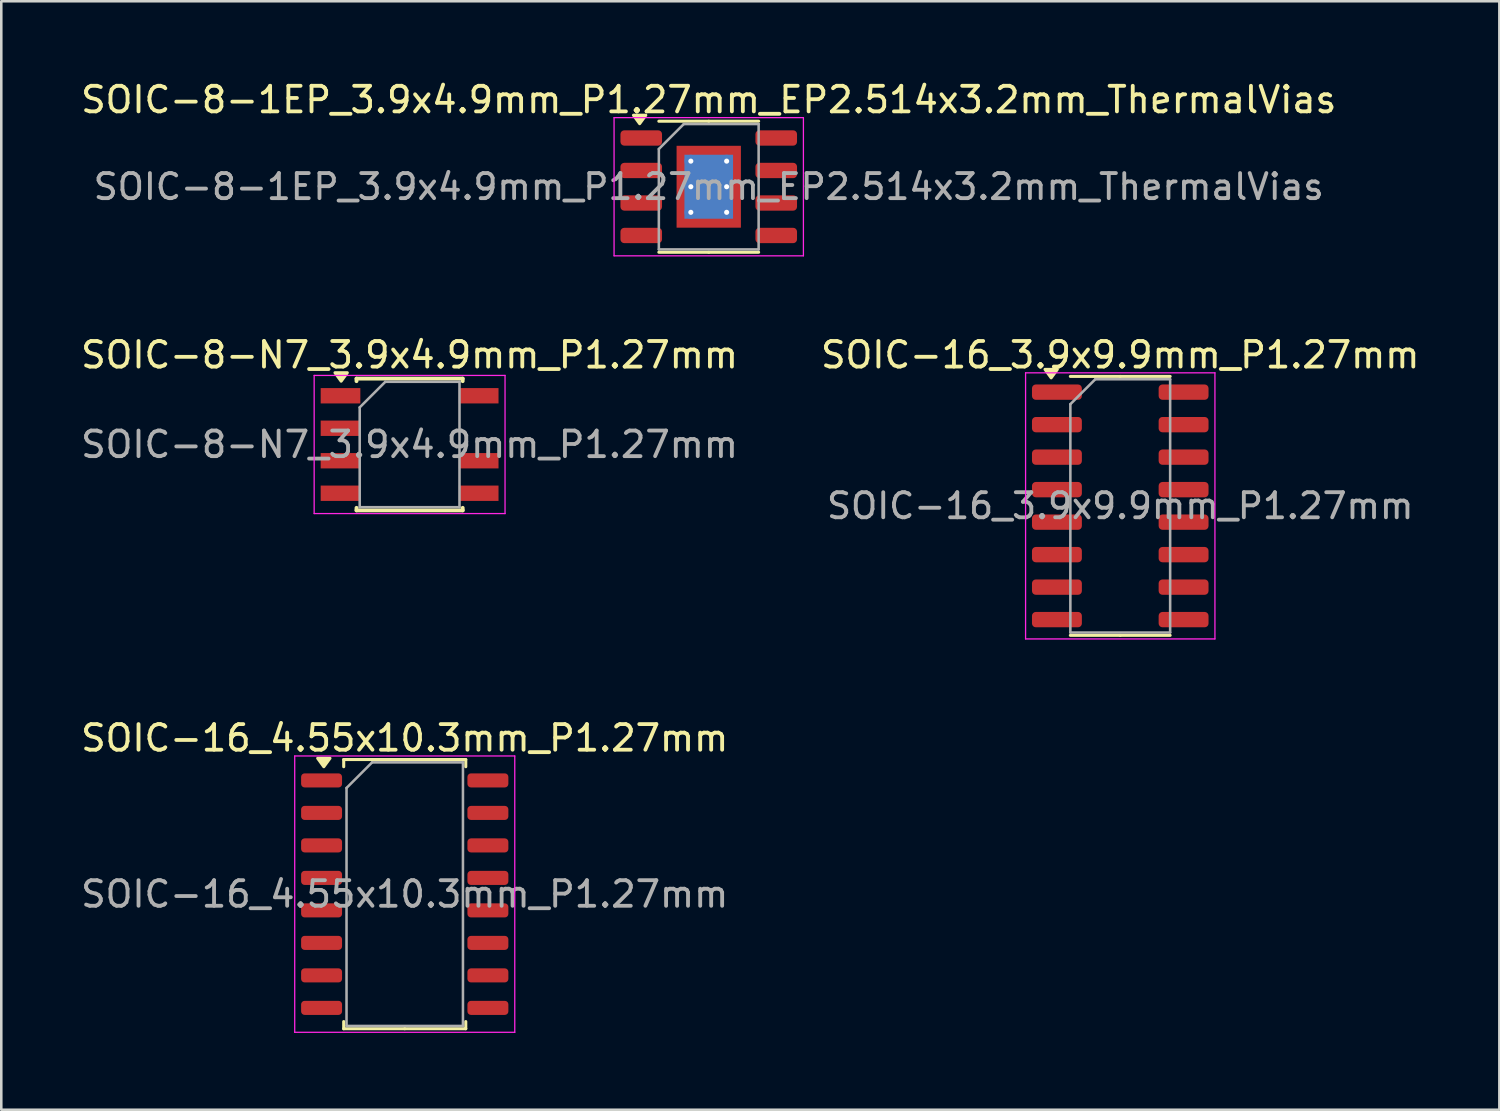
<source format=kicad_pcb>
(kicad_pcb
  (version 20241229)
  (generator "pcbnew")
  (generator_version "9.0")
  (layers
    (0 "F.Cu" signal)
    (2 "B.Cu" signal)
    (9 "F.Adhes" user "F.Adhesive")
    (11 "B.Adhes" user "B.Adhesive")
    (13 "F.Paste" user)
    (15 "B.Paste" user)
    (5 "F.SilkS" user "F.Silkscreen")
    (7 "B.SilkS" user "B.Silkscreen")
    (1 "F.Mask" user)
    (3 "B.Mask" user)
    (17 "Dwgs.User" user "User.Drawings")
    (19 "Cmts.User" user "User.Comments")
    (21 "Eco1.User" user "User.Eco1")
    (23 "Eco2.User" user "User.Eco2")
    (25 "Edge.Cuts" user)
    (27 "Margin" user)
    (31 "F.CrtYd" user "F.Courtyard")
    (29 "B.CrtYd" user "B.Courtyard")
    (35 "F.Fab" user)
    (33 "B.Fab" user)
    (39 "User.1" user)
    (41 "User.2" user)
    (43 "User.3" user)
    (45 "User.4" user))
  (footprint "SOIC-8-1EP_3.9x4.9mm_P1.27mm_EP2.514x3.2mm_ThermalVias"
    (layer "F.Cu")
    (at 24.649 4.248)
    (property "Reference" "SOIC-8-1EP_3.9x4.9mm_P1.27mm_EP2.514x3.2mm_ThermalVias" (at 0 -3.4 0) (layer "F.SilkS") (effects (font (size 1 1) (thickness 0.15))))
    (attr smd)
    (fp_line (start 0 -2.56) (end -1.95 -2.56) (stroke (width 0.12) (type solid)) (layer "F.SilkS"))
    (fp_line (start 0 -2.56) (end 1.95 -2.56) (stroke (width 0.12) (type solid)) (layer "F.SilkS"))
    (fp_line (start 0 2.56) (end -1.95 2.56) (stroke (width 0.12) (type solid)) (layer "F.SilkS"))
    (fp_line (start 0 2.56) (end 1.95 2.56) (stroke (width 0.12) (type solid)) (layer "F.SilkS"))
    (fp_poly (pts (xy -2.7 -2.465) (xy -2.94 -2.795) (xy -2.46 -2.795) (xy -2.7 -2.465)) (stroke (width 0.12) (type solid)) (fill yes) (layer "F.SilkS"))
    (fp_line (start -3.7 -2.7) (end -3.7 2.7) (stroke (width 0.05) (type solid)) (layer "F.CrtYd"))
    (fp_line (start -3.7 2.7) (end 3.7 2.7) (stroke (width 0.05) (type solid)) (layer "F.CrtYd"))
    (fp_line (start 3.7 -2.7) (end -3.7 -2.7) (stroke (width 0.05) (type solid)) (layer "F.CrtYd"))
    (fp_line (start 3.7 2.7) (end 3.7 -2.7) (stroke (width 0.05) (type solid)) (layer "F.CrtYd"))
    (fp_line (start -1.95 -1.475) (end -0.975 -2.45) (stroke (width 0.1) (type solid)) (layer "F.Fab"))
    (fp_line (start -1.95 2.45) (end -1.95 -1.475) (stroke (width 0.1) (type solid)) (layer "F.Fab"))
    (fp_line (start -0.975 -2.45) (end 1.95 -2.45) (stroke (width 0.1) (type solid)) (layer "F.Fab"))
    (fp_line (start 1.95 -2.45) (end 1.95 2.45) (stroke (width 0.1) (type solid)) (layer "F.Fab"))
    (fp_line (start 1.95 2.45) (end -1.95 2.45) (stroke (width 0.1) (type solid)) (layer "F.Fab"))
    (fp_text user "${REFERENCE}" (at 0 0 0) (layer "F.Fab") (effects (font (size 0.98 0.98) (thickness 0.15))))
    (pad "" smd roundrect (at -0.63 -0.8) (size 1.05 1.34) (layers "F.Paste") (roundrect_rratio 0.238))
    (pad "" smd roundrect (at -0.63 0.8) (size 1.05 1.34) (layers "F.Paste") (roundrect_rratio 0.238))
    (pad "" smd roundrect (at 0.63 -0.8) (size 1.05 1.34) (layers "F.Paste") (roundrect_rratio 0.238))
    (pad "" smd roundrect (at 0.63 0.8) (size 1.05 1.34) (layers "F.Paste") (roundrect_rratio 0.238))
    (pad "1" smd roundrect (at -2.638 -1.905) (size 1.625 0.6) (layers "F.Cu" "F.Mask" "F.Paste") (roundrect_rratio 0.25))
    (pad "2" smd roundrect (at -2.638 -0.635) (size 1.625 0.6) (layers "F.Cu" "F.Mask" "F.Paste") (roundrect_rratio 0.25))
    (pad "3" smd roundrect (at -2.638 0.635) (size 1.625 0.6) (layers "F.Cu" "F.Mask" "F.Paste") (roundrect_rratio 0.25))
    (pad "4" smd roundrect (at -2.638 1.905) (size 1.625 0.6) (layers "F.Cu" "F.Mask" "F.Paste") (roundrect_rratio 0.25))
    (pad "5" smd roundrect (at 2.638 1.905) (size 1.625 0.6) (layers "F.Cu" "F.Mask" "F.Paste") (roundrect_rratio 0.25))
    (pad "6" smd roundrect (at 2.638 0.635) (size 1.625 0.6) (layers "F.Cu" "F.Mask" "F.Paste") (roundrect_rratio 0.25))
    (pad "7" smd roundrect (at 2.638 -0.635) (size 1.625 0.6) (layers "F.Cu" "F.Mask" "F.Paste") (roundrect_rratio 0.25))
    (pad "8" smd roundrect (at 2.638 -1.905) (size 1.625 0.6) (layers "F.Cu" "F.Mask" "F.Paste") (roundrect_rratio 0.25))
    (pad "9" thru_hole circle (at -0.7 -1) (size 0.5 0.5) (drill 0.2) (property pad_prop_heatsink) (layers "*.Cu"))
    (pad "9" thru_hole circle (at -0.7 0) (size 0.5 0.5) (drill 0.2) (property pad_prop_heatsink) (layers "*.Cu"))
    (pad "9" thru_hole circle (at -0.7 1) (size 0.5 0.5) (drill 0.2) (property pad_prop_heatsink) (layers "*.Cu"))
    (pad "9" smd rect (at 0 0) (size 1.9 2.5) (property pad_prop_heatsink) (layers "B.Cu"))
    (pad "9" smd rect (at 0 0) (size 2.514 3.2) (property pad_prop_heatsink) (layers "F.Cu" "F.Mask"))
    (pad "9" thru_hole circle (at 0.7 -1) (size 0.5 0.5) (drill 0.2) (property pad_prop_heatsink) (layers "*.Cu"))
    (pad "9" thru_hole circle (at 0.7 0) (size 0.5 0.5) (drill 0.2) (property pad_prop_heatsink) (layers "*.Cu"))
    (pad "9" thru_hole circle (at 0.7 1) (size 0.5 0.5) (drill 0.2) (property pad_prop_heatsink) (layers "*.Cu")))
  (footprint "SOIC-8-N7_3.9x4.9mm_P1.27mm"
    (layer "F.Cu")
    (at 12.958 14.322)
    (property "Reference" "SOIC-8-N7_3.9x4.9mm_P1.27mm" (at 0 -3.5 0) (layer "F.SilkS") (effects (font (size 1 1) (thickness 0.15))))
    (attr smd)
    (fp_line (start -2.075 -2.575) (end -2.075 -2.475) (stroke (width 0.15) (type solid)) (layer "F.SilkS"))
    (fp_line (start -2.075 -2.575) (end 2.075 -2.575) (stroke (width 0.15) (type solid)) (layer "F.SilkS"))
    (fp_line (start -2.075 2.475) (end -2.075 2.575) (stroke (width 0.15) (type solid)) (layer "F.SilkS"))
    (fp_line (start -2.075 2.575) (end 2.075 2.575) (stroke (width 0.15) (type solid)) (layer "F.SilkS"))
    (fp_line (start 2.075 -2.575) (end 2.075 -2.475) (stroke (width 0.15) (type solid)) (layer "F.SilkS"))
    (fp_line (start 2.075 2.575) (end 2.075 2.475) (stroke (width 0.15) (type solid)) (layer "F.SilkS"))
    (fp_poly (pts (xy -2.675 -2.475) (xy -2.915 -2.805) (xy -2.435 -2.805) (xy -2.675 -2.475)) (stroke (width 0.12) (type solid)) (fill yes) (layer "F.SilkS"))
    (fp_line (start -3.73 -2.7) (end -3.73 2.7) (stroke (width 0.05) (type solid)) (layer "F.CrtYd"))
    (fp_line (start -3.73 -2.7) (end 3.73 -2.7) (stroke (width 0.05) (type solid)) (layer "F.CrtYd"))
    (fp_line (start -3.73 2.7) (end 3.73 2.7) (stroke (width 0.05) (type solid)) (layer "F.CrtYd"))
    (fp_line (start 3.73 -2.7) (end 3.73 2.7) (stroke (width 0.05) (type solid)) (layer "F.CrtYd"))
    (fp_line (start -1.95 -1.45) (end -0.95 -2.45) (stroke (width 0.1) (type solid)) (layer "F.Fab"))
    (fp_line (start -1.95 2.45) (end -1.95 -1.45) (stroke (width 0.1) (type solid)) (layer "F.Fab"))
    (fp_line (start -0.95 -2.45) (end 1.95 -2.45) (stroke (width 0.1) (type solid)) (layer "F.Fab"))
    (fp_line (start 1.95 -2.45) (end 1.95 2.45) (stroke (width 0.1) (type solid)) (layer "F.Fab"))
    (fp_line (start 1.95 2.45) (end -1.95 2.45) (stroke (width 0.1) (type solid)) (layer "F.Fab"))
    (fp_text user "${REFERENCE}" (at 0 0 0) (layer "F.Fab") (effects (font (size 1 1) (thickness 0.15))))
    (pad "1" smd rect (at -2.7 -1.905) (size 1.55 0.6) (layers "F.Cu" "F.Mask" "F.Paste"))
    (pad "2" smd rect (at -2.7 -0.635) (size 1.55 0.6) (layers "F.Cu" "F.Mask" "F.Paste"))
    (pad "3" smd rect (at -2.7 0.635) (size 1.55 0.6) (layers "F.Cu" "F.Mask" "F.Paste"))
    (pad "4" smd rect (at -2.7 1.905) (size 1.55 0.6) (layers "F.Cu" "F.Mask" "F.Paste"))
    (pad "5" smd rect (at 2.7 1.905) (size 1.55 0.6) (layers "F.Cu" "F.Mask" "F.Paste"))
    (pad "6" smd rect (at 2.7 0.635) (size 1.55 0.6) (layers "F.Cu" "F.Mask" "F.Paste"))
    (pad "8" smd rect (at 2.7 -1.905) (size 1.55 0.6) (layers "F.Cu" "F.Mask" "F.Paste")))
  (footprint "SOIC-16_3.9x9.9mm_P1.27mm"
    (layer "F.Cu")
    (at 40.732 16.721)
    (property "Reference" "SOIC-16_3.9x9.9mm_P1.27mm" (at 0 -5.9 0) (layer "F.SilkS") (effects (font (size 1 1) (thickness 0.15))))
    (attr smd)
    (fp_line (start 0 -5.06) (end -1.95 -5.06) (stroke (width 0.12) (type solid)) (layer "F.SilkS"))
    (fp_line (start 0 -5.06) (end 1.95 -5.06) (stroke (width 0.12) (type solid)) (layer "F.SilkS"))
    (fp_line (start 0 5.06) (end -1.95 5.06) (stroke (width 0.12) (type solid)) (layer "F.SilkS"))
    (fp_line (start 0 5.06) (end 1.95 5.06) (stroke (width 0.12) (type solid)) (layer "F.SilkS"))
    (fp_poly (pts (xy -2.7 -5.005) (xy -2.94 -5.335) (xy -2.46 -5.335) (xy -2.7 -5.005)) (stroke (width 0.12) (type solid)) (fill yes) (layer "F.SilkS"))
    (fp_line (start -3.7 -5.2) (end -3.7 5.2) (stroke (width 0.05) (type solid)) (layer "F.CrtYd"))
    (fp_line (start -3.7 5.2) (end 3.7 5.2) (stroke (width 0.05) (type solid)) (layer "F.CrtYd"))
    (fp_line (start 3.7 -5.2) (end -3.7 -5.2) (stroke (width 0.05) (type solid)) (layer "F.CrtYd"))
    (fp_line (start 3.7 5.2) (end 3.7 -5.2) (stroke (width 0.05) (type solid)) (layer "F.CrtYd"))
    (fp_line (start -1.95 -3.975) (end -0.975 -4.95) (stroke (width 0.1) (type solid)) (layer "F.Fab"))
    (fp_line (start -1.95 4.95) (end -1.95 -3.975) (stroke (width 0.1) (type solid)) (layer "F.Fab"))
    (fp_line (start -0.975 -4.95) (end 1.95 -4.95) (stroke (width 0.1) (type solid)) (layer "F.Fab"))
    (fp_line (start 1.95 -4.95) (end 1.95 4.95) (stroke (width 0.1) (type solid)) (layer "F.Fab"))
    (fp_line (start 1.95 4.95) (end -1.95 4.95) (stroke (width 0.1) (type solid)) (layer "F.Fab"))
    (fp_text user "${REFERENCE}" (at 0 0 0) (layer "F.Fab") (effects (font (size 0.98 0.98) (thickness 0.15))))
    (pad "1" smd roundrect (at -2.475 -4.445) (size 1.95 0.6) (layers "F.Cu" "F.Mask" "F.Paste") (roundrect_rratio 0.25))
    (pad "2" smd roundrect (at -2.475 -3.175) (size 1.95 0.6) (layers "F.Cu" "F.Mask" "F.Paste") (roundrect_rratio 0.25))
    (pad "3" smd roundrect (at -2.475 -1.905) (size 1.95 0.6) (layers "F.Cu" "F.Mask" "F.Paste") (roundrect_rratio 0.25))
    (pad "4" smd roundrect (at -2.475 -0.635) (size 1.95 0.6) (layers "F.Cu" "F.Mask" "F.Paste") (roundrect_rratio 0.25))
    (pad "5" smd roundrect (at -2.475 0.635) (size 1.95 0.6) (layers "F.Cu" "F.Mask" "F.Paste") (roundrect_rratio 0.25))
    (pad "6" smd roundrect (at -2.475 1.905) (size 1.95 0.6) (layers "F.Cu" "F.Mask" "F.Paste") (roundrect_rratio 0.25))
    (pad "7" smd roundrect (at -2.475 3.175) (size 1.95 0.6) (layers "F.Cu" "F.Mask" "F.Paste") (roundrect_rratio 0.25))
    (pad "8" smd roundrect (at -2.475 4.445) (size 1.95 0.6) (layers "F.Cu" "F.Mask" "F.Paste") (roundrect_rratio 0.25))
    (pad "9" smd roundrect (at 2.475 4.445) (size 1.95 0.6) (layers "F.Cu" "F.Mask" "F.Paste") (roundrect_rratio 0.25))
    (pad "10" smd roundrect (at 2.475 3.175) (size 1.95 0.6) (layers "F.Cu" "F.Mask" "F.Paste") (roundrect_rratio 0.25))
    (pad "11" smd roundrect (at 2.475 1.905) (size 1.95 0.6) (layers "F.Cu" "F.Mask" "F.Paste") (roundrect_rratio 0.25))
    (pad "12" smd roundrect (at 2.475 0.635) (size 1.95 0.6) (layers "F.Cu" "F.Mask" "F.Paste") (roundrect_rratio 0.25))
    (pad "13" smd roundrect (at 2.475 -0.635) (size 1.95 0.6) (layers "F.Cu" "F.Mask" "F.Paste") (roundrect_rratio 0.25))
    (pad "14" smd roundrect (at 2.475 -1.905) (size 1.95 0.6) (layers "F.Cu" "F.Mask" "F.Paste") (roundrect_rratio 0.25))
    (pad "15" smd roundrect (at 2.475 -3.175) (size 1.95 0.6) (layers "F.Cu" "F.Mask" "F.Paste") (roundrect_rratio 0.25))
    (pad "16" smd roundrect (at 2.475 -4.445) (size 1.95 0.6) (layers "F.Cu" "F.Mask" "F.Paste") (roundrect_rratio 0.25)))
  (footprint "SOIC-16_4.55x10.3mm_P1.27mm"
    (layer "F.Cu")
    (at 12.768 31.895)
    (property "Reference" "SOIC-16_4.55x10.3mm_P1.27mm" (at 0 -6.1 0) (layer "F.SilkS") (effects (font (size 1 1) (thickness 0.15))))
    (attr smd)
    (fp_line (start -2.385 -5.26) (end -2.385 -4.98) (stroke (width 0.12) (type solid)) (layer "F.SilkS"))
    (fp_line (start -2.385 5.26) (end -2.385 4.98) (stroke (width 0.12) (type solid)) (layer "F.SilkS"))
    (fp_line (start 0 -5.26) (end -2.385 -5.26) (stroke (width 0.12) (type solid)) (layer "F.SilkS"))
    (fp_line (start 0 -5.26) (end 2.385 -5.26) (stroke (width 0.12) (type solid)) (layer "F.SilkS"))
    (fp_line (start 0 5.26) (end -2.385 5.26) (stroke (width 0.12) (type solid)) (layer "F.SilkS"))
    (fp_line (start 0 5.26) (end 2.385 5.26) (stroke (width 0.12) (type solid)) (layer "F.SilkS"))
    (fp_line (start 2.385 -5.26) (end 2.385 -4.98) (stroke (width 0.12) (type solid)) (layer "F.SilkS"))
    (fp_line (start 2.385 5.26) (end 2.385 4.98) (stroke (width 0.12) (type solid)) (layer "F.SilkS"))
    (fp_poly (pts (xy -3.163 -4.98) (xy -3.402 -5.31) (xy -2.922 -5.31) (xy -3.163 -4.98)) (stroke (width 0.12) (type solid)) (fill yes) (layer "F.SilkS"))
    (fp_line (start -4.3 -5.4) (end -4.3 5.4) (stroke (width 0.05) (type solid)) (layer "F.CrtYd"))
    (fp_line (start -4.3 5.4) (end 4.3 5.4) (stroke (width 0.05) (type solid)) (layer "F.CrtYd"))
    (fp_line (start 4.3 -5.4) (end -4.3 -5.4) (stroke (width 0.05) (type solid)) (layer "F.CrtYd"))
    (fp_line (start 4.3 5.4) (end 4.3 -5.4) (stroke (width 0.05) (type solid)) (layer "F.CrtYd"))
    (fp_line (start -2.275 -4.15) (end -1.275 -5.15) (stroke (width 0.1) (type solid)) (layer "F.Fab"))
    (fp_line (start -2.275 5.15) (end -2.275 -4.15) (stroke (width 0.1) (type solid)) (layer "F.Fab"))
    (fp_line (start -1.275 -5.15) (end 2.275 -5.15) (stroke (width 0.1) (type solid)) (layer "F.Fab"))
    (fp_line (start 2.275 -5.15) (end 2.275 5.15) (stroke (width 0.1) (type solid)) (layer "F.Fab"))
    (fp_line (start 2.275 5.15) (end -2.275 5.15) (stroke (width 0.1) (type solid)) (layer "F.Fab"))
    (fp_text user "${REFERENCE}" (at 0 0 0) (layer "F.Fab") (effects (font (size 1 1) (thickness 0.15))))
    (pad "1" smd roundrect (at -3.25 -4.445) (size 1.6 0.55) (layers "F.Cu" "F.Mask" "F.Paste") (roundrect_rratio 0.25))
    (pad "2" smd roundrect (at -3.25 -3.175) (size 1.6 0.55) (layers "F.Cu" "F.Mask" "F.Paste") (roundrect_rratio 0.25))
    (pad "3" smd roundrect (at -3.25 -1.905) (size 1.6 0.55) (layers "F.Cu" "F.Mask" "F.Paste") (roundrect_rratio 0.25))
    (pad "4" smd roundrect (at -3.25 -0.635) (size 1.6 0.55) (layers "F.Cu" "F.Mask" "F.Paste") (roundrect_rratio 0.25))
    (pad "5" smd roundrect (at -3.25 0.635) (size 1.6 0.55) (layers "F.Cu" "F.Mask" "F.Paste") (roundrect_rratio 0.25))
    (pad "6" smd roundrect (at -3.25 1.905) (size 1.6 0.55) (layers "F.Cu" "F.Mask" "F.Paste") (roundrect_rratio 0.25))
    (pad "7" smd roundrect (at -3.25 3.175) (size 1.6 0.55) (layers "F.Cu" "F.Mask" "F.Paste") (roundrect_rratio 0.25))
    (pad "8" smd roundrect (at -3.25 4.445) (size 1.6 0.55) (layers "F.Cu" "F.Mask" "F.Paste") (roundrect_rratio 0.25))
    (pad "9" smd roundrect (at 3.25 4.445) (size 1.6 0.55) (layers "F.Cu" "F.Mask" "F.Paste") (roundrect_rratio 0.25))
    (pad "10" smd roundrect (at 3.25 3.175) (size 1.6 0.55) (layers "F.Cu" "F.Mask" "F.Paste") (roundrect_rratio 0.25))
    (pad "11" smd roundrect (at 3.25 1.905) (size 1.6 0.55) (layers "F.Cu" "F.Mask" "F.Paste") (roundrect_rratio 0.25))
    (pad "12" smd roundrect (at 3.25 0.635) (size 1.6 0.55) (layers "F.Cu" "F.Mask" "F.Paste") (roundrect_rratio 0.25))
    (pad "13" smd roundrect (at 3.25 -0.635) (size 1.6 0.55) (layers "F.Cu" "F.Mask" "F.Paste") (roundrect_rratio 0.25))
    (pad "14" smd roundrect (at 3.25 -1.905) (size 1.6 0.55) (layers "F.Cu" "F.Mask" "F.Paste") (roundrect_rratio 0.25))
    (pad "15" smd roundrect (at 3.25 -3.175) (size 1.6 0.55) (layers "F.Cu" "F.Mask" "F.Paste") (roundrect_rratio 0.25))
    (pad "16" smd roundrect (at 3.25 -4.445) (size 1.6 0.55) (layers "F.Cu" "F.Mask" "F.Paste") (roundrect_rratio 0.25)))
  (gr_rect
    (start -3 -3)
    (end 55.548 40.32)
    (stroke (width 0.1) (type default))
    (fill no)
    (layer "Edge.Cuts")))
</source>
